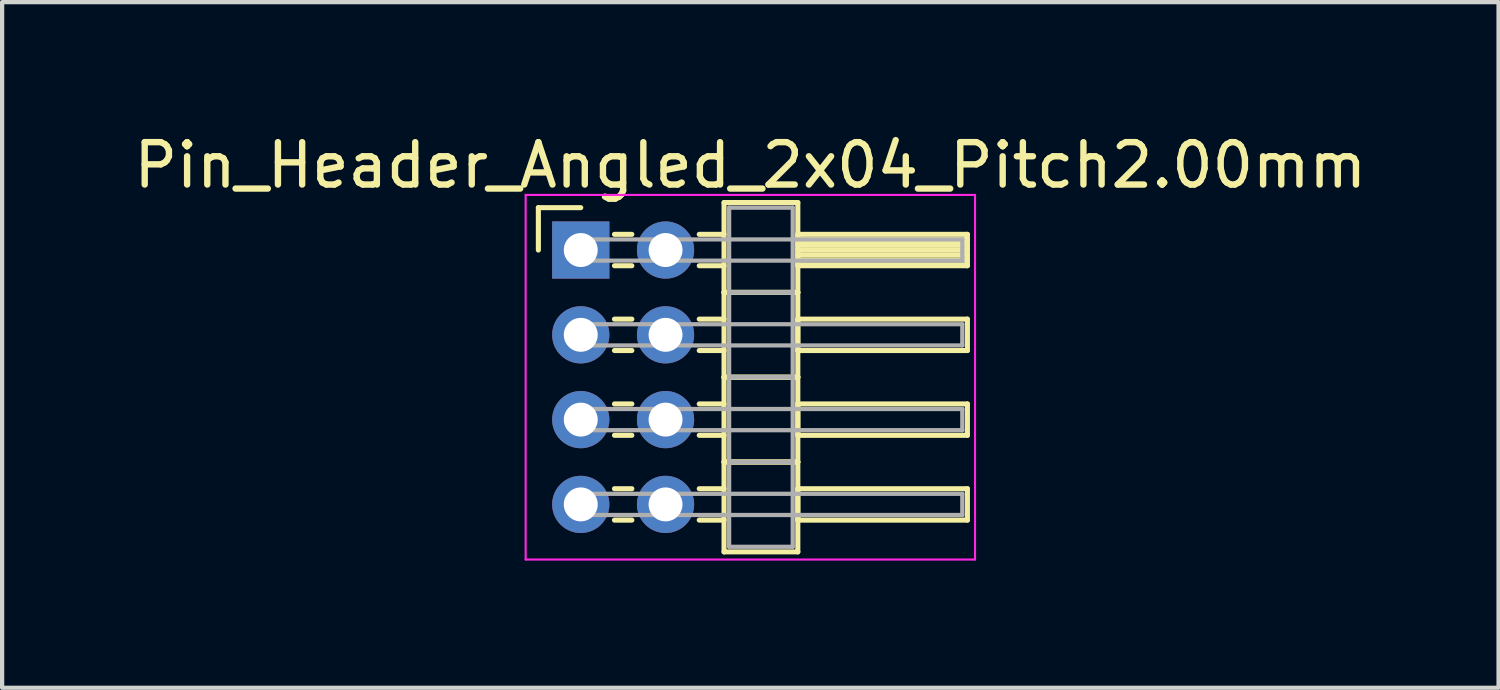
<source format=kicad_pcb>
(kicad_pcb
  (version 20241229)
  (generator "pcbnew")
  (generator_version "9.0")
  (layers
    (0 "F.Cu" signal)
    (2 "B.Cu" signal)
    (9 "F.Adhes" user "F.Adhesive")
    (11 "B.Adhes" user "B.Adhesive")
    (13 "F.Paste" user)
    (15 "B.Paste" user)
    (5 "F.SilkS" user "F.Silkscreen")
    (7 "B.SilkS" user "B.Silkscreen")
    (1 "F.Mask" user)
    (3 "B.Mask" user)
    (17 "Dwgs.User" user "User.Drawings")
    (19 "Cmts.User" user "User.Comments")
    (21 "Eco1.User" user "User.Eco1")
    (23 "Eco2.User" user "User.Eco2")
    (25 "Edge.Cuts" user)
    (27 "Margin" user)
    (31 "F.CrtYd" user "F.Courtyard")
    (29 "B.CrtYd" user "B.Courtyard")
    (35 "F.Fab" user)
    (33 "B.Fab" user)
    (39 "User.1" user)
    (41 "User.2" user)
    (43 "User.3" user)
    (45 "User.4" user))
  (footprint "Pin_Header_Angled_2x04_Pitch2.00mm"
    (layer "F.Cu")
    (at 10.649 2.848)
    (property "Reference" "Pin_Header_Angled_2x04_Pitch2.00mm" (at 4 -2 0) (layer "F.SilkS") (effects (font (size 1 1) (thickness 0.15))))
    (attr through_hole)
    (fp_line (start -1 -1) (end 0 -1) (stroke (width 0.12) (type solid)) (layer "F.SilkS"))
    (fp_line (start -1 0) (end -1 -1) (stroke (width 0.12) (type solid)) (layer "F.SilkS"))
    (fp_line (start 0.795 -0.37) (end 1.205 -0.37) (stroke (width 0.12) (type solid)) (layer "F.SilkS"))
    (fp_line (start 0.795 0.37) (end 1.205 0.37) (stroke (width 0.12) (type solid)) (layer "F.SilkS"))
    (fp_line (start 0.795 1.63) (end 1.205 1.63) (stroke (width 0.12) (type solid)) (layer "F.SilkS"))
    (fp_line (start 0.795 2.37) (end 1.205 2.37) (stroke (width 0.12) (type solid)) (layer "F.SilkS"))
    (fp_line (start 0.795 3.63) (end 1.205 3.63) (stroke (width 0.12) (type solid)) (layer "F.SilkS"))
    (fp_line (start 0.795 4.37) (end 1.205 4.37) (stroke (width 0.12) (type solid)) (layer "F.SilkS"))
    (fp_line (start 0.795 5.63) (end 1.205 5.63) (stroke (width 0.12) (type solid)) (layer "F.SilkS"))
    (fp_line (start 0.795 6.37) (end 1.205 6.37) (stroke (width 0.12) (type solid)) (layer "F.SilkS"))
    (fp_line (start 2.795 -0.37) (end 3.38 -0.37) (stroke (width 0.12) (type solid)) (layer "F.SilkS"))
    (fp_line (start 2.795 0.37) (end 3.38 0.37) (stroke (width 0.12) (type solid)) (layer "F.SilkS"))
    (fp_line (start 2.795 1.63) (end 3.38 1.63) (stroke (width 0.12) (type solid)) (layer "F.SilkS"))
    (fp_line (start 2.795 2.37) (end 3.38 2.37) (stroke (width 0.12) (type solid)) (layer "F.SilkS"))
    (fp_line (start 2.795 3.63) (end 3.38 3.63) (stroke (width 0.12) (type solid)) (layer "F.SilkS"))
    (fp_line (start 2.795 4.37) (end 3.38 4.37) (stroke (width 0.12) (type solid)) (layer "F.SilkS"))
    (fp_line (start 2.795 5.63) (end 3.38 5.63) (stroke (width 0.12) (type solid)) (layer "F.SilkS"))
    (fp_line (start 2.795 6.37) (end 3.38 6.37) (stroke (width 0.12) (type solid)) (layer "F.SilkS"))
    (fp_line (start 3.38 -1.12) (end 3.38 1) (stroke (width 0.12) (type solid)) (layer "F.SilkS"))
    (fp_line (start 3.38 1) (end 3.38 3) (stroke (width 0.12) (type solid)) (layer "F.SilkS"))
    (fp_line (start 3.38 1) (end 5.12 1) (stroke (width 0.12) (type solid)) (layer "F.SilkS"))
    (fp_line (start 3.38 3) (end 3.38 5) (stroke (width 0.12) (type solid)) (layer "F.SilkS"))
    (fp_line (start 3.38 3) (end 5.12 3) (stroke (width 0.12) (type solid)) (layer "F.SilkS"))
    (fp_line (start 3.38 5) (end 3.38 7.12) (stroke (width 0.12) (type solid)) (layer "F.SilkS"))
    (fp_line (start 3.38 5) (end 5.12 5) (stroke (width 0.12) (type solid)) (layer "F.SilkS"))
    (fp_line (start 3.38 7.12) (end 5.12 7.12) (stroke (width 0.12) (type solid)) (layer "F.SilkS"))
    (fp_line (start 5.12 -1.12) (end 3.38 -1.12) (stroke (width 0.12) (type solid)) (layer "F.SilkS"))
    (fp_line (start 5.12 -0.37) (end 5.12 0.37) (stroke (width 0.12) (type solid)) (layer "F.SilkS"))
    (fp_line (start 5.12 -0.25) (end 9.12 -0.25) (stroke (width 0.12) (type solid)) (layer "F.SilkS"))
    (fp_line (start 5.12 -0.13) (end 9.12 -0.13) (stroke (width 0.12) (type solid)) (layer "F.SilkS"))
    (fp_line (start 5.12 -0.01) (end 9.12 -0.01) (stroke (width 0.12) (type solid)) (layer "F.SilkS"))
    (fp_line (start 5.12 0.11) (end 9.12 0.11) (stroke (width 0.12) (type solid)) (layer "F.SilkS"))
    (fp_line (start 5.12 0.23) (end 9.12 0.23) (stroke (width 0.12) (type solid)) (layer "F.SilkS"))
    (fp_line (start 5.12 0.35) (end 9.12 0.35) (stroke (width 0.12) (type solid)) (layer "F.SilkS"))
    (fp_line (start 5.12 0.37) (end 9.12 0.37) (stroke (width 0.12) (type solid)) (layer "F.SilkS"))
    (fp_line (start 5.12 1) (end 3.38 1) (stroke (width 0.12) (type solid)) (layer "F.SilkS"))
    (fp_line (start 5.12 1) (end 5.12 -1.12) (stroke (width 0.12) (type solid)) (layer "F.SilkS"))
    (fp_line (start 5.12 1.63) (end 5.12 2.37) (stroke (width 0.12) (type solid)) (layer "F.SilkS"))
    (fp_line (start 5.12 2.37) (end 9.12 2.37) (stroke (width 0.12) (type solid)) (layer "F.SilkS"))
    (fp_line (start 5.12 3) (end 3.38 3) (stroke (width 0.12) (type solid)) (layer "F.SilkS"))
    (fp_line (start 5.12 3) (end 5.12 1) (stroke (width 0.12) (type solid)) (layer "F.SilkS"))
    (fp_line (start 5.12 3.63) (end 5.12 4.37) (stroke (width 0.12) (type solid)) (layer "F.SilkS"))
    (fp_line (start 5.12 4.37) (end 9.12 4.37) (stroke (width 0.12) (type solid)) (layer "F.SilkS"))
    (fp_line (start 5.12 5) (end 3.38 5) (stroke (width 0.12) (type solid)) (layer "F.SilkS"))
    (fp_line (start 5.12 5) (end 5.12 3) (stroke (width 0.12) (type solid)) (layer "F.SilkS"))
    (fp_line (start 5.12 5.63) (end 5.12 6.37) (stroke (width 0.12) (type solid)) (layer "F.SilkS"))
    (fp_line (start 5.12 6.37) (end 9.12 6.37) (stroke (width 0.12) (type solid)) (layer "F.SilkS"))
    (fp_line (start 5.12 7.12) (end 5.12 5) (stroke (width 0.12) (type solid)) (layer "F.SilkS"))
    (fp_line (start 9.12 -0.37) (end 5.12 -0.37) (stroke (width 0.12) (type solid)) (layer "F.SilkS"))
    (fp_line (start 9.12 0.37) (end 9.12 -0.37) (stroke (width 0.12) (type solid)) (layer "F.SilkS"))
    (fp_line (start 9.12 1.63) (end 5.12 1.63) (stroke (width 0.12) (type solid)) (layer "F.SilkS"))
    (fp_line (start 9.12 2.37) (end 9.12 1.63) (stroke (width 0.12) (type solid)) (layer "F.SilkS"))
    (fp_line (start 9.12 3.63) (end 5.12 3.63) (stroke (width 0.12) (type solid)) (layer "F.SilkS"))
    (fp_line (start 9.12 4.37) (end 9.12 3.63) (stroke (width 0.12) (type solid)) (layer "F.SilkS"))
    (fp_line (start 9.12 5.63) (end 5.12 5.63) (stroke (width 0.12) (type solid)) (layer "F.SilkS"))
    (fp_line (start 9.12 6.37) (end 9.12 5.63) (stroke (width 0.12) (type solid)) (layer "F.SilkS"))
    (fp_line (start -1.3 -1.3) (end -1.3 7.3) (stroke (width 0.05) (type solid)) (layer "F.CrtYd"))
    (fp_line (start -1.3 7.3) (end 9.3 7.3) (stroke (width 0.05) (type solid)) (layer "F.CrtYd"))
    (fp_line (start 9.3 -1.3) (end -1.3 -1.3) (stroke (width 0.05) (type solid)) (layer "F.CrtYd"))
    (fp_line (start 9.3 7.3) (end 9.3 -1.3) (stroke (width 0.05) (type solid)) (layer "F.CrtYd"))
    (fp_line (start 0 -0.25) (end 0 0.25) (stroke (width 0.1) (type solid)) (layer "F.Fab"))
    (fp_line (start 0 0.25) (end 9 0.25) (stroke (width 0.1) (type solid)) (layer "F.Fab"))
    (fp_line (start 0 1.75) (end 0 2.25) (stroke (width 0.1) (type solid)) (layer "F.Fab"))
    (fp_line (start 0 2.25) (end 9 2.25) (stroke (width 0.1) (type solid)) (layer "F.Fab"))
    (fp_line (start 0 3.75) (end 0 4.25) (stroke (width 0.1) (type solid)) (layer "F.Fab"))
    (fp_line (start 0 4.25) (end 9 4.25) (stroke (width 0.1) (type solid)) (layer "F.Fab"))
    (fp_line (start 0 5.75) (end 0 6.25) (stroke (width 0.1) (type solid)) (layer "F.Fab"))
    (fp_line (start 0 6.25) (end 9 6.25) (stroke (width 0.1) (type solid)) (layer "F.Fab"))
    (fp_line (start 3.5 -1) (end 3.5 1) (stroke (width 0.1) (type solid)) (layer "F.Fab"))
    (fp_line (start 3.5 1) (end 3.5 3) (stroke (width 0.1) (type solid)) (layer "F.Fab"))
    (fp_line (start 3.5 1) (end 5 1) (stroke (width 0.1) (type solid)) (layer "F.Fab"))
    (fp_line (start 3.5 3) (end 3.5 5) (stroke (width 0.1) (type solid)) (layer "F.Fab"))
    (fp_line (start 3.5 3) (end 5 3) (stroke (width 0.1) (type solid)) (layer "F.Fab"))
    (fp_line (start 3.5 5) (end 3.5 7) (stroke (width 0.1) (type solid)) (layer "F.Fab"))
    (fp_line (start 3.5 5) (end 5 5) (stroke (width 0.1) (type solid)) (layer "F.Fab"))
    (fp_line (start 3.5 7) (end 5 7) (stroke (width 0.1) (type solid)) (layer "F.Fab"))
    (fp_line (start 5 -1) (end 3.5 -1) (stroke (width 0.1) (type solid)) (layer "F.Fab"))
    (fp_line (start 5 1) (end 3.5 1) (stroke (width 0.1) (type solid)) (layer "F.Fab"))
    (fp_line (start 5 1) (end 5 -1) (stroke (width 0.1) (type solid)) (layer "F.Fab"))
    (fp_line (start 5 3) (end 3.5 3) (stroke (width 0.1) (type solid)) (layer "F.Fab"))
    (fp_line (start 5 3) (end 5 1) (stroke (width 0.1) (type solid)) (layer "F.Fab"))
    (fp_line (start 5 5) (end 3.5 5) (stroke (width 0.1) (type solid)) (layer "F.Fab"))
    (fp_line (start 5 5) (end 5 3) (stroke (width 0.1) (type solid)) (layer "F.Fab"))
    (fp_line (start 5 7) (end 5 5) (stroke (width 0.1) (type solid)) (layer "F.Fab"))
    (fp_line (start 9 -0.25) (end 0 -0.25) (stroke (width 0.1) (type solid)) (layer "F.Fab"))
    (fp_line (start 9 0.25) (end 9 -0.25) (stroke (width 0.1) (type solid)) (layer "F.Fab"))
    (fp_line (start 9 1.75) (end 0 1.75) (stroke (width 0.1) (type solid)) (layer "F.Fab"))
    (fp_line (start 9 2.25) (end 9 1.75) (stroke (width 0.1) (type solid)) (layer "F.Fab"))
    (fp_line (start 9 3.75) (end 0 3.75) (stroke (width 0.1) (type solid)) (layer "F.Fab"))
    (fp_line (start 9 4.25) (end 9 3.75) (stroke (width 0.1) (type solid)) (layer "F.Fab"))
    (fp_line (start 9 5.75) (end 0 5.75) (stroke (width 0.1) (type solid)) (layer "F.Fab"))
    (fp_line (start 9 6.25) (end 9 5.75) (stroke (width 0.1) (type solid)) (layer "F.Fab"))
    (pad "1" thru_hole rect (at 0 0) (size 1.35 1.35) (drill 0.8) (layers "*.Cu" "*.Mask"))
    (pad "2" thru_hole oval (at 2 0) (size 1.35 1.35) (drill 0.8) (layers "*.Cu" "*.Mask"))
    (pad "3" thru_hole oval (at 0 2) (size 1.35 1.35) (drill 0.8) (layers "*.Cu" "*.Mask"))
    (pad "4" thru_hole oval (at 2 2) (size 1.35 1.35) (drill 0.8) (layers "*.Cu" "*.Mask"))
    (pad "5" thru_hole oval (at 0 4) (size 1.35 1.35) (drill 0.8) (layers "*.Cu" "*.Mask"))
    (pad "6" thru_hole oval (at 2 4) (size 1.35 1.35) (drill 0.8) (layers "*.Cu" "*.Mask"))
    (pad "7" thru_hole oval (at 0 6) (size 1.35 1.35) (drill 0.8) (layers "*.Cu" "*.Mask"))
    (pad "8" thru_hole oval (at 2 6) (size 1.35 1.35) (drill 0.8) (layers "*.Cu" "*.Mask")))
  (gr_rect
    (start -3 -3)
    (end 32.298 13.173)
    (stroke (width 0.1) (type default))
    (fill no)
    (layer "Edge.Cuts")))
</source>
